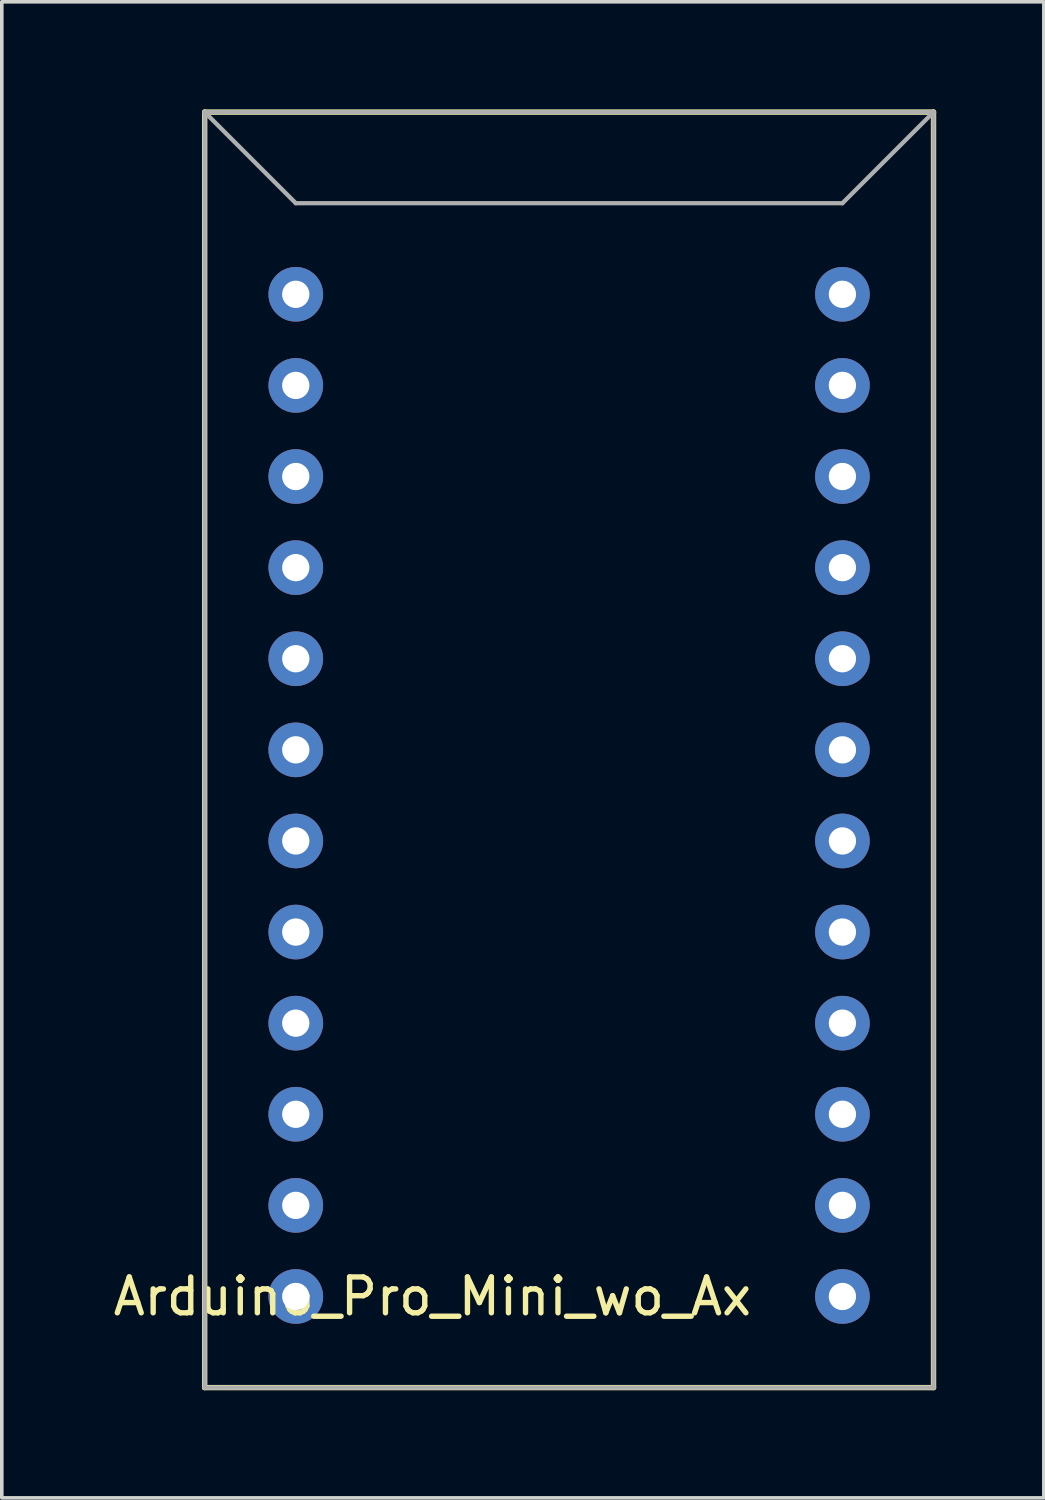
<source format=kicad_pcb>
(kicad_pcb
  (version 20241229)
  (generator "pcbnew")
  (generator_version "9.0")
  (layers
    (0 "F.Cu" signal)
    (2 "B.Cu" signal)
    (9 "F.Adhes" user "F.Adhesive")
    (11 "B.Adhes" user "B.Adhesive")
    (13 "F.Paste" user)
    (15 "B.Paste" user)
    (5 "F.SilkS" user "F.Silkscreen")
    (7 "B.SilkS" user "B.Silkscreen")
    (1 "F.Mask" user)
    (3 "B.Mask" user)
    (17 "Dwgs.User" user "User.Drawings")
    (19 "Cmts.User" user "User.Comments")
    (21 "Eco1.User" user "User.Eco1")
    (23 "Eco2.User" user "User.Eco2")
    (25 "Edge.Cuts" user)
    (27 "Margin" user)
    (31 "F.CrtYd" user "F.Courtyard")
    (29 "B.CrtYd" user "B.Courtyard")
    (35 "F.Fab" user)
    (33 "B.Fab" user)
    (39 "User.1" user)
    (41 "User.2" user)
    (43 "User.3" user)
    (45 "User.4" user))
  (footprint "Arduino_Pro_Mini_wo_Ax"
    (layer "F.Cu")
    (at 12.816 17.855)
    (property "Reference" "Arduino_Pro_Mini_wo_Ax" (at -3.81 15.24 0) (layer "F.SilkS") (effects (font (size 1 1) (thickness 0.15))))
    (attr through_hole)
    (fp_line (start -10.16 -17.78) (end -10.16 17.78) (stroke (width 0.15) (type solid)) (layer "F.SilkS"))
    (fp_line (start -10.16 17.78) (end 10.16 17.78) (stroke (width 0.15) (type solid)) (layer "F.SilkS"))
    (fp_line (start 10.16 -17.78) (end -10.16 -17.78) (stroke (width 0.15) (type solid)) (layer "F.SilkS"))
    (fp_line (start 10.16 17.78) (end 10.16 -17.78) (stroke (width 0.15) (type solid)) (layer "F.SilkS"))
    (fp_line (start -10.16 -17.78) (end -7.62 -15.24) (stroke (width 0.12) (type solid)) (layer "F.Fab"))
    (fp_line (start -10.16 -17.78) (end 10.16 -17.78) (stroke (width 0.12) (type solid)) (layer "F.Fab"))
    (fp_line (start -10.16 17.78) (end -10.16 -17.78) (stroke (width 0.12) (type solid)) (layer "F.Fab"))
    (fp_line (start -7.62 -15.24) (end 7.62 -15.24) (stroke (width 0.12) (type solid)) (layer "F.Fab"))
    (fp_line (start 7.62 -15.24) (end 10.16 -17.78) (stroke (width 0.12) (type solid)) (layer "F.Fab"))
    (fp_line (start 10.16 -17.78) (end 10.16 17.78) (stroke (width 0.12) (type solid)) (layer "F.Fab"))
    (fp_line (start 10.16 17.78) (end -10.16 17.78) (stroke (width 0.12) (type solid)) (layer "F.Fab"))
    (pad "2" thru_hole circle (at -7.62 -2.54) (size 1.524 1.524) (drill 0.762) (layers "*.Cu" "*.Mask"))
    (pad "3" thru_hole circle (at -7.62 0) (size 1.524 1.524) (drill 0.762) (layers "*.Cu" "*.Mask"))
    (pad "4" thru_hole circle (at -7.62 2.54) (size 1.524 1.524) (drill 0.762) (layers "*.Cu" "*.Mask"))
    (pad "5" thru_hole circle (at -7.62 5.08) (size 1.524 1.524) (drill 0.762) (layers "*.Cu" "*.Mask"))
    (pad "6" thru_hole circle (at -7.62 7.62) (size 1.524 1.524) (drill 0.762) (layers "*.Cu" "*.Mask"))
    (pad "7" thru_hole circle (at -7.62 10.16) (size 1.524 1.524) (drill 0.762) (layers "*.Cu" "*.Mask"))
    (pad "8" thru_hole circle (at -7.62 12.7) (size 1.524 1.524) (drill 0.762) (layers "*.Cu" "*.Mask"))
    (pad "9" thru_hole circle (at -7.62 15.24) (size 1.524 1.524) (drill 0.762) (layers "*.Cu" "*.Mask"))
    (pad "10" thru_hole circle (at 7.62 15.24) (size 1.524 1.524) (drill 0.762) (layers "*.Cu" "*.Mask"))
    (pad "11" thru_hole circle (at 7.62 12.7) (size 1.524 1.524) (drill 0.762) (layers "*.Cu" "*.Mask"))
    (pad "12" thru_hole circle (at 7.62 10.16) (size 1.524 1.524) (drill 0.762) (layers "*.Cu" "*.Mask"))
    (pad "13" thru_hole circle (at 7.62 7.62) (size 1.524 1.524) (drill 0.762) (layers "*.Cu" "*.Mask"))
    (pad "A0" thru_hole circle (at 7.62 5.08) (size 1.524 1.524) (drill 0.762) (layers "*.Cu" "*.Mask"))
    (pad "A1" thru_hole circle (at 7.62 2.54) (size 1.524 1.524) (drill 0.762) (layers "*.Cu" "*.Mask"))
    (pad "A2" thru_hole circle (at 7.62 0) (size 1.524 1.524) (drill 0.762) (layers "*.Cu" "*.Mask"))
    (pad "A3" thru_hole circle (at 7.62 -2.54) (size 1.524 1.524) (drill 0.762) (layers "*.Cu" "*.Mask"))
    (pad "GND" thru_hole circle (at -7.62 -5.08) (size 1.524 1.524) (drill 0.762) (layers "*.Cu" "*.Mask"))
    (pad "GND" thru_hole circle (at 7.62 -10.16) (size 1.524 1.524) (drill 0.762) (layers "*.Cu" "*.Mask"))
    (pad "RAW" thru_hole circle (at 7.62 -12.7) (size 1.524 1.524) (drill 0.762) (layers "*.Cu" "*.Mask"))
    (pad "RST" thru_hole circle (at -7.62 -7.62) (size 1.524 1.524) (drill 0.762) (layers "*.Cu" "*.Mask"))
    (pad "RST" thru_hole circle (at 7.62 -7.62) (size 1.524 1.524) (drill 0.762) (layers "*.Cu" "*.Mask"))
    (pad "RXD" thru_hole circle (at -7.62 -10.16) (size 1.524 1.524) (drill 0.762) (layers "*.Cu" "*.Mask"))
    (pad "TXD" thru_hole circle (at -7.62 -12.7) (size 1.524 1.524) (drill 0.762) (layers "*.Cu" "*.Mask"))
    (pad "VCC" thru_hole circle (at 7.62 -5.08) (size 1.524 1.524) (drill 0.762) (layers "*.Cu" "*.Mask")))
  (gr_rect
    (start -3 -3)
    (end 26.051 38.71)
    (stroke (width 0.1) (type default))
    (fill no)
    (layer "Edge.Cuts")))
</source>
